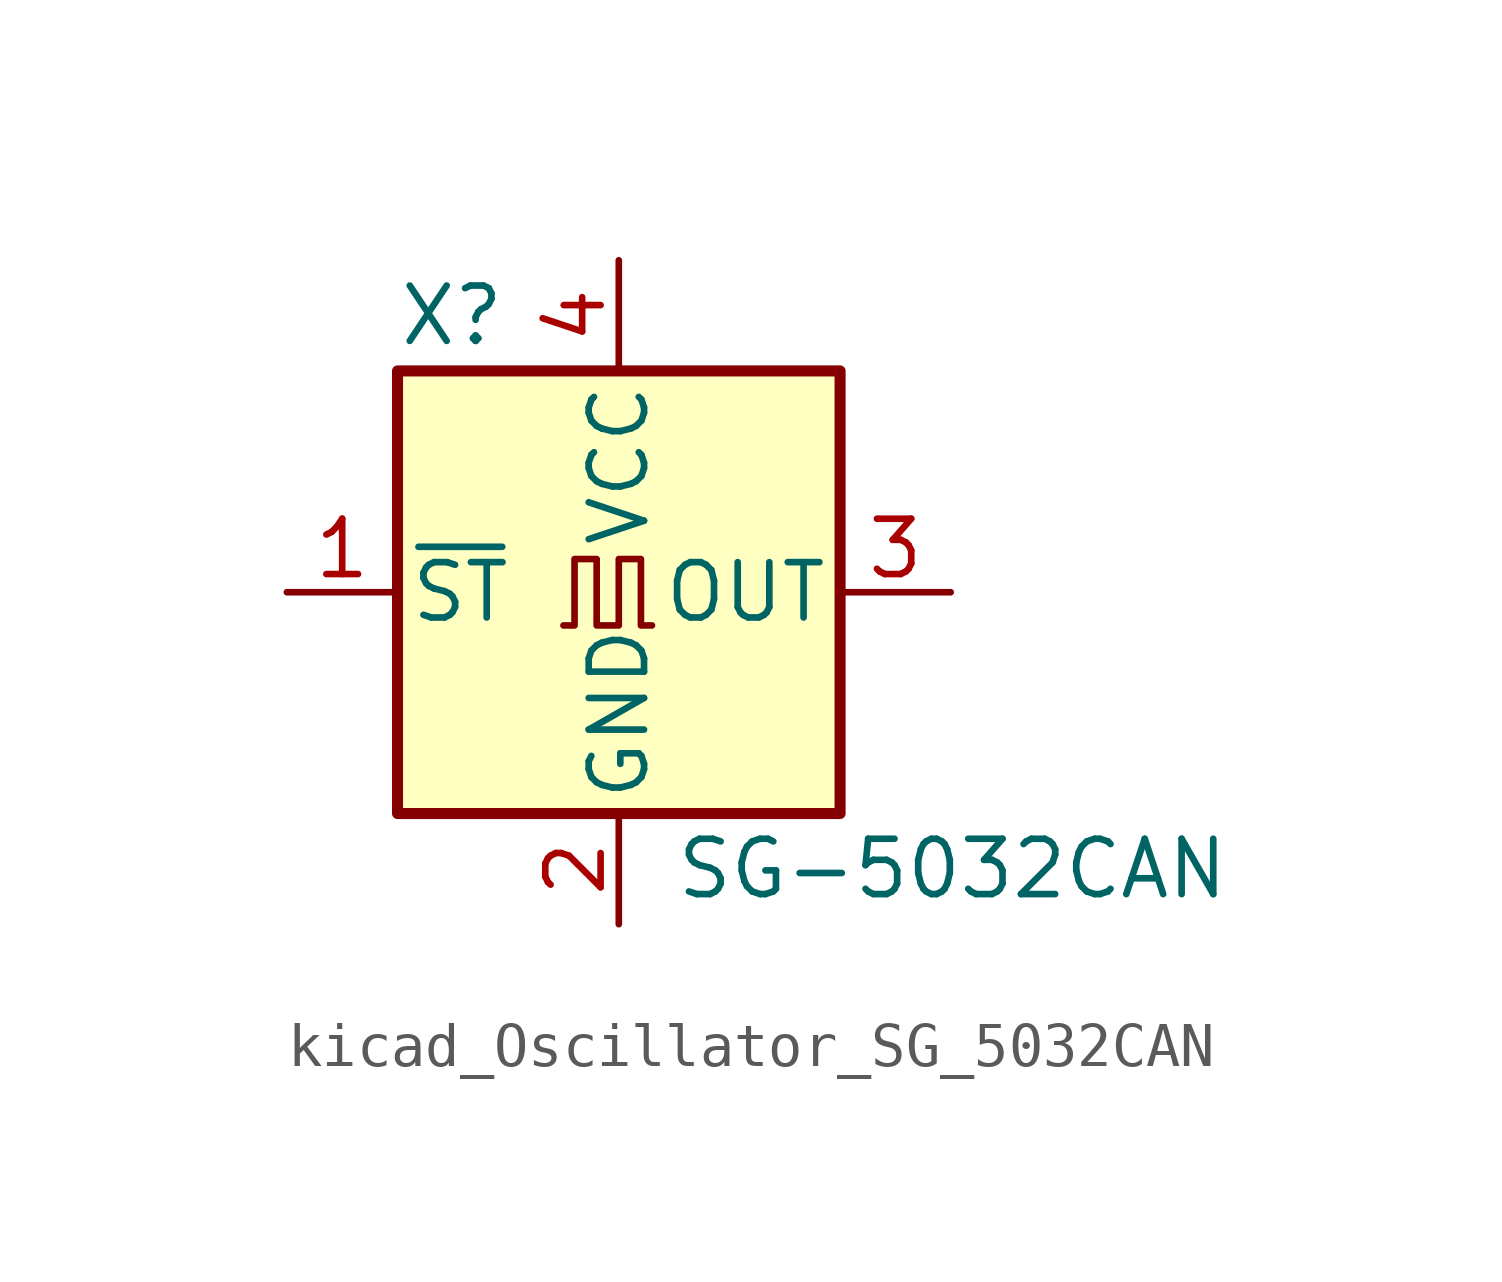
<source format=kicad_sym>
(kicad_symbol_lib
  (version 20220914)
  (generator kicad_symbol_editor)
  (symbol "kicad_Oscillator_SG_5032CAN"
    (pin_names
      (offset 0.254))
    (property "Reference" "X"
      (at -5.08 6.35 0)
      (effects (font (size 1.27 1.27)) (justify left)))
    (property "Value" "SG-5032CAN"
      (at 1.27 -6.35 0)
      (effects (font (size 1.27 1.27)) (justify left)))
    (symbol "kicad_Oscillator_SG_5032CAN_0_1"
      (rectangle (start -5.08 5.08) (end 5.08 -5.08) (stroke (width 0.254) (type default)) (fill (type background)))
      (polyline (pts (xy -1.27 -0.762) (xy -1.016 -0.762) (xy -1.016 0.762) (xy -0.508 0.762) (xy -0.508 -0.762) (xy 0 -0.762) (xy 0 0.762) (xy 0.508 0.762) (xy 0.508 -0.762) (xy 0.762 -0.762)) (stroke (width 0) (type default)) (fill (type none))))
    (symbol "kicad_Oscillator_SG_5032CAN_1_1"
      (pin input line (at -7.62 0 0) (length 2.54) (name "~{ST}" (effects (font (size 1.27 1.27)))) (number "1" (effects (font (size 1.27 1.27)))))
      (pin power_in line (at 0 -7.62 90) (length 2.54) (name "GND" (effects (font (size 1.27 1.27)))) (number "2" (effects (font (size 1.27 1.27)))))
      (pin output line (at 7.62 0 180) (length 2.54) (name "OUT" (effects (font (size 1.27 1.27)))) (number "3" (effects (font (size 1.27 1.27)))))
      (pin power_in line (at 0 7.62 270) (length 2.54) (name "VCC" (effects (font (size 1.27 1.27)))) (number "4" (effects (font (size 1.27 1.27))))))))
</source>
